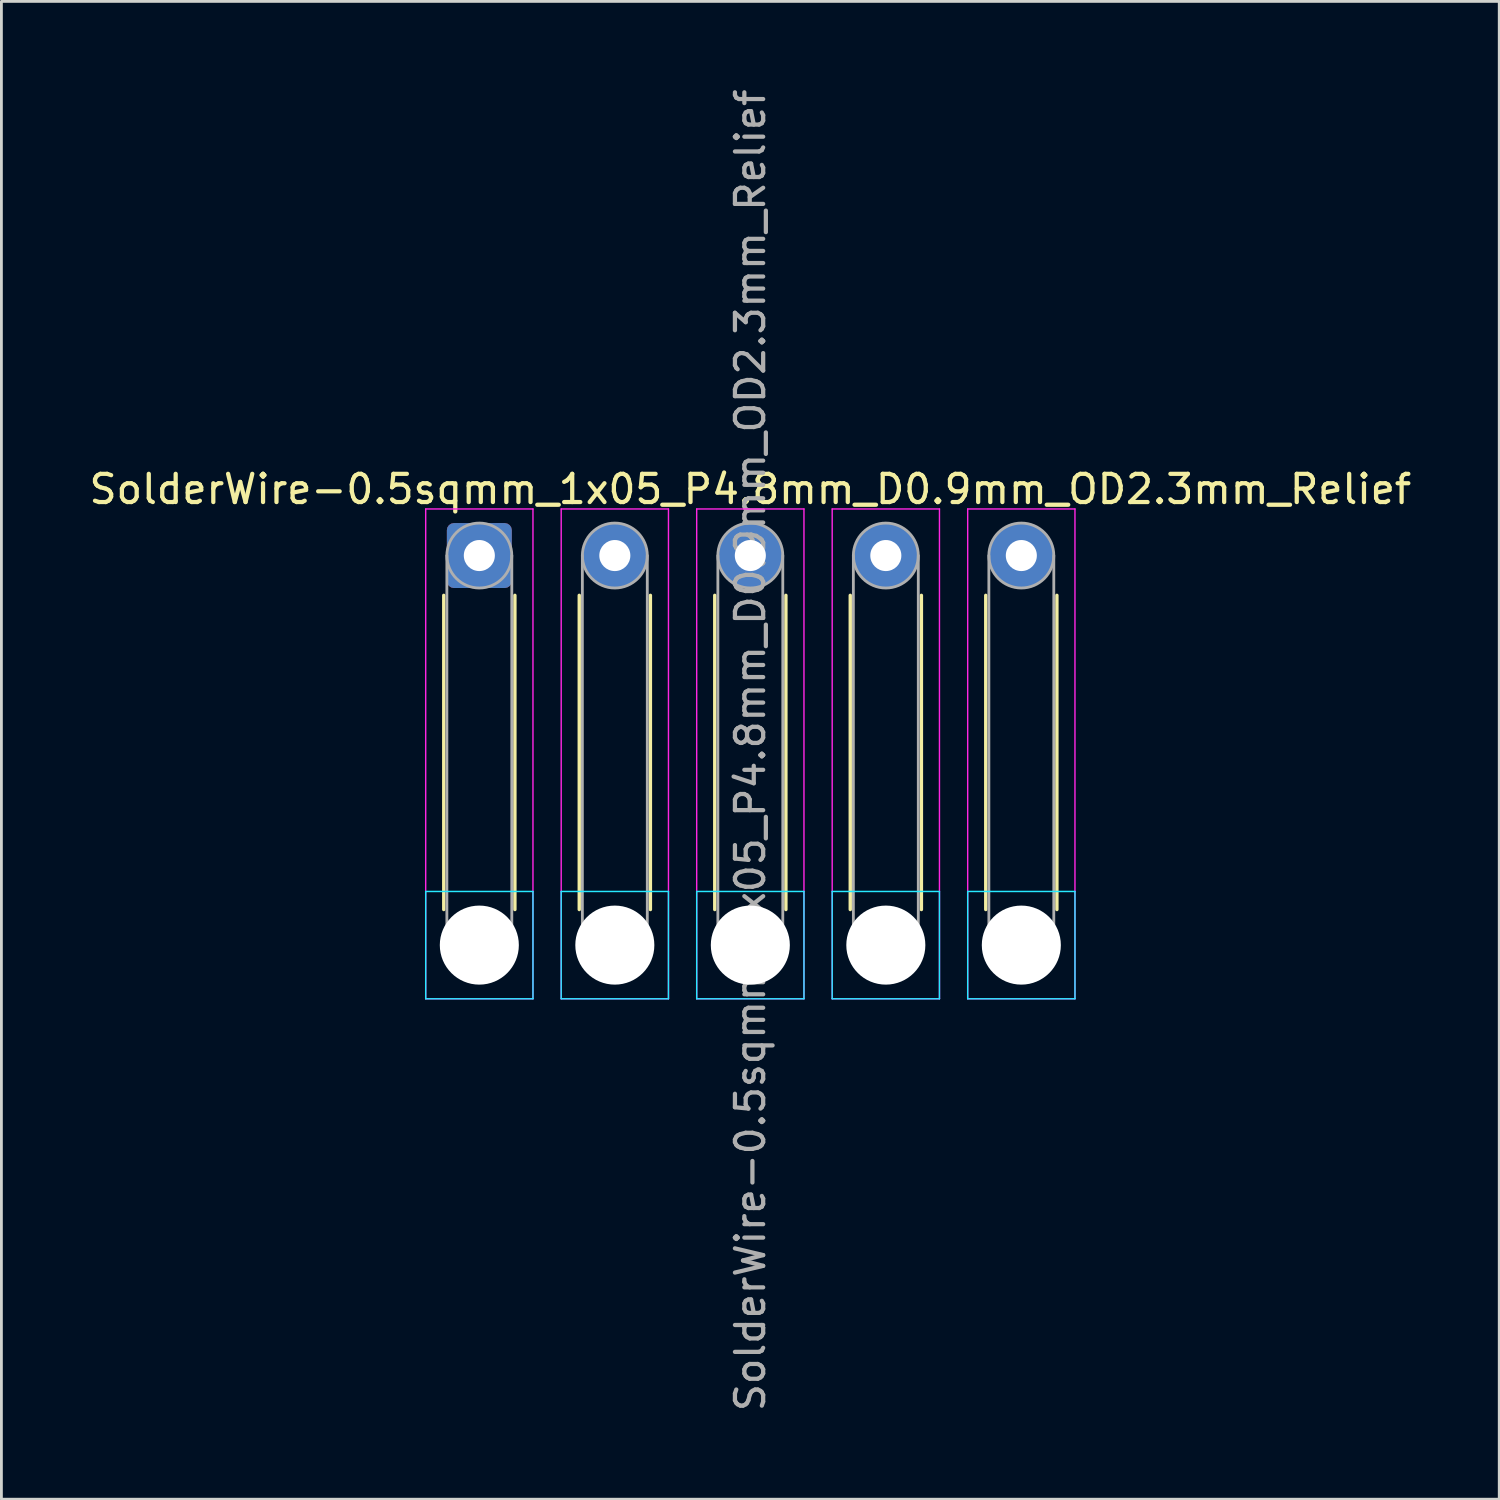
<source format=kicad_pcb>
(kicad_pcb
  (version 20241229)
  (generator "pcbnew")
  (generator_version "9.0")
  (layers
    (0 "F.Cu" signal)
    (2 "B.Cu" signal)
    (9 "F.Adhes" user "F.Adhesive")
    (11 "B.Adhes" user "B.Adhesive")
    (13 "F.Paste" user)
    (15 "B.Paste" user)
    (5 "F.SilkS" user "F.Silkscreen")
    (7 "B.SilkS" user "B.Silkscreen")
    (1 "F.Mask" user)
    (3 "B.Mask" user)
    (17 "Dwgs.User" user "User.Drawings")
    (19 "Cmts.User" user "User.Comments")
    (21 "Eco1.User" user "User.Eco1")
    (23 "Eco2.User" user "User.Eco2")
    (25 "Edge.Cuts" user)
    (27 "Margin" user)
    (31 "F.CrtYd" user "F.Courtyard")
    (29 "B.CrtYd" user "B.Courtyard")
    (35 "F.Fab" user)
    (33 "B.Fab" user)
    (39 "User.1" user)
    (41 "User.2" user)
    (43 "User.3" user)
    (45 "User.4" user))
  (footprint "SolderWire-0.5sqmm_1x05_P4.8mm_D0.9mm_OD2.3mm_Relief"
    (layer "F.Cu")
    (at 13.93 16.63)
    (property "Reference" "SolderWire-0.5sqmm_1x05_P4.8mm_D0.9mm_OD2.3mm_Relief" (at 9.6 -2.35 0) (layer "F.SilkS") (effects (font (size 1 1) (thickness 0.15))))
    (attr exclude_from_pos_files exclude_from_bom)
    (fp_line (start -1.26 1.41) (end -1.26 12.54) (stroke (width 0.12) (type solid)) (layer "F.SilkS"))
    (fp_line (start 1.26 1.41) (end 1.26 12.54) (stroke (width 0.12) (type solid)) (layer "F.SilkS"))
    (fp_line (start 3.54 1.41) (end 3.54 12.54) (stroke (width 0.12) (type solid)) (layer "F.SilkS"))
    (fp_line (start 6.06 1.41) (end 6.06 12.54) (stroke (width 0.12) (type solid)) (layer "F.SilkS"))
    (fp_line (start 8.34 1.41) (end 8.34 12.54) (stroke (width 0.12) (type solid)) (layer "F.SilkS"))
    (fp_line (start 10.86 1.41) (end 10.86 12.54) (stroke (width 0.12) (type solid)) (layer "F.SilkS"))
    (fp_line (start 13.14 1.41) (end 13.14 12.54) (stroke (width 0.12) (type solid)) (layer "F.SilkS"))
    (fp_line (start 15.66 1.41) (end 15.66 12.54) (stroke (width 0.12) (type solid)) (layer "F.SilkS"))
    (fp_line (start 17.94 1.41) (end 17.94 12.54) (stroke (width 0.12) (type solid)) (layer "F.SilkS"))
    (fp_line (start 20.46 1.41) (end 20.46 12.54) (stroke (width 0.12) (type solid)) (layer "F.SilkS"))
    (fp_line (start -1.9 11.9) (end -1.9 15.7) (stroke (width 0.05) (type solid)) (layer "B.CrtYd"))
    (fp_line (start -1.9 15.7) (end 1.9 15.7) (stroke (width 0.05) (type solid)) (layer "B.CrtYd"))
    (fp_line (start 1.9 11.9) (end -1.9 11.9) (stroke (width 0.05) (type solid)) (layer "B.CrtYd"))
    (fp_line (start 1.9 15.7) (end 1.9 11.9) (stroke (width 0.05) (type solid)) (layer "B.CrtYd"))
    (fp_line (start 2.9 11.9) (end 2.9 15.7) (stroke (width 0.05) (type solid)) (layer "B.CrtYd"))
    (fp_line (start 2.9 15.7) (end 6.7 15.7) (stroke (width 0.05) (type solid)) (layer "B.CrtYd"))
    (fp_line (start 6.7 11.9) (end 2.9 11.9) (stroke (width 0.05) (type solid)) (layer "B.CrtYd"))
    (fp_line (start 6.7 15.7) (end 6.7 11.9) (stroke (width 0.05) (type solid)) (layer "B.CrtYd"))
    (fp_line (start 7.7 11.9) (end 7.7 15.7) (stroke (width 0.05) (type solid)) (layer "B.CrtYd"))
    (fp_line (start 7.7 15.7) (end 11.5 15.7) (stroke (width 0.05) (type solid)) (layer "B.CrtYd"))
    (fp_line (start 11.5 11.9) (end 7.7 11.9) (stroke (width 0.05) (type solid)) (layer "B.CrtYd"))
    (fp_line (start 11.5 15.7) (end 11.5 11.9) (stroke (width 0.05) (type solid)) (layer "B.CrtYd"))
    (fp_line (start 12.5 11.9) (end 12.5 15.7) (stroke (width 0.05) (type solid)) (layer "B.CrtYd"))
    (fp_line (start 12.5 15.7) (end 16.3 15.7) (stroke (width 0.05) (type solid)) (layer "B.CrtYd"))
    (fp_line (start 16.3 11.9) (end 12.5 11.9) (stroke (width 0.05) (type solid)) (layer "B.CrtYd"))
    (fp_line (start 16.3 15.7) (end 16.3 11.9) (stroke (width 0.05) (type solid)) (layer "B.CrtYd"))
    (fp_line (start 17.3 11.9) (end 17.3 15.7) (stroke (width 0.05) (type solid)) (layer "B.CrtYd"))
    (fp_line (start 17.3 15.7) (end 21.1 15.7) (stroke (width 0.05) (type solid)) (layer "B.CrtYd"))
    (fp_line (start 21.1 11.9) (end 17.3 11.9) (stroke (width 0.05) (type solid)) (layer "B.CrtYd"))
    (fp_line (start 21.1 15.7) (end 21.1 11.9) (stroke (width 0.05) (type solid)) (layer "B.CrtYd"))
    (fp_line (start -1.9 -1.65) (end -1.9 15.7) (stroke (width 0.05) (type solid)) (layer "F.CrtYd"))
    (fp_line (start -1.9 15.7) (end 1.9 15.7) (stroke (width 0.05) (type solid)) (layer "F.CrtYd"))
    (fp_line (start 1.9 -1.65) (end -1.9 -1.65) (stroke (width 0.05) (type solid)) (layer "F.CrtYd"))
    (fp_line (start 1.9 15.7) (end 1.9 -1.65) (stroke (width 0.05) (type solid)) (layer "F.CrtYd"))
    (fp_line (start 2.9 -1.65) (end 2.9 15.7) (stroke (width 0.05) (type solid)) (layer "F.CrtYd"))
    (fp_line (start 2.9 15.7) (end 6.7 15.7) (stroke (width 0.05) (type solid)) (layer "F.CrtYd"))
    (fp_line (start 6.7 -1.65) (end 2.9 -1.65) (stroke (width 0.05) (type solid)) (layer "F.CrtYd"))
    (fp_line (start 6.7 15.7) (end 6.7 -1.65) (stroke (width 0.05) (type solid)) (layer "F.CrtYd"))
    (fp_line (start 7.7 -1.65) (end 7.7 15.7) (stroke (width 0.05) (type solid)) (layer "F.CrtYd"))
    (fp_line (start 7.7 15.7) (end 11.5 15.7) (stroke (width 0.05) (type solid)) (layer "F.CrtYd"))
    (fp_line (start 11.5 -1.65) (end 7.7 -1.65) (stroke (width 0.05) (type solid)) (layer "F.CrtYd"))
    (fp_line (start 11.5 15.7) (end 11.5 -1.65) (stroke (width 0.05) (type solid)) (layer "F.CrtYd"))
    (fp_line (start 12.5 -1.65) (end 12.5 15.7) (stroke (width 0.05) (type solid)) (layer "F.CrtYd"))
    (fp_line (start 12.5 15.7) (end 16.3 15.7) (stroke (width 0.05) (type solid)) (layer "F.CrtYd"))
    (fp_line (start 16.3 -1.65) (end 12.5 -1.65) (stroke (width 0.05) (type solid)) (layer "F.CrtYd"))
    (fp_line (start 16.3 15.7) (end 16.3 -1.65) (stroke (width 0.05) (type solid)) (layer "F.CrtYd"))
    (fp_line (start 17.3 -1.65) (end 17.3 15.7) (stroke (width 0.05) (type solid)) (layer "F.CrtYd"))
    (fp_line (start 17.3 15.7) (end 21.1 15.7) (stroke (width 0.05) (type solid)) (layer "F.CrtYd"))
    (fp_line (start 21.1 -1.65) (end 17.3 -1.65) (stroke (width 0.05) (type solid)) (layer "F.CrtYd"))
    (fp_line (start 21.1 15.7) (end 21.1 -1.65) (stroke (width 0.05) (type solid)) (layer "F.CrtYd"))
    (fp_line (start -1.15 0) (end -1.15 13.8) (stroke (width 0.1) (type solid)) (layer "F.Fab"))
    (fp_line (start 1.15 0) (end 1.15 13.8) (stroke (width 0.1) (type solid)) (layer "F.Fab"))
    (fp_line (start 3.65 0) (end 3.65 13.8) (stroke (width 0.1) (type solid)) (layer "F.Fab"))
    (fp_line (start 5.95 0) (end 5.95 13.8) (stroke (width 0.1) (type solid)) (layer "F.Fab"))
    (fp_line (start 8.45 0) (end 8.45 13.8) (stroke (width 0.1) (type solid)) (layer "F.Fab"))
    (fp_line (start 10.75 0) (end 10.75 13.8) (stroke (width 0.1) (type solid)) (layer "F.Fab"))
    (fp_line (start 13.25 0) (end 13.25 13.8) (stroke (width 0.1) (type solid)) (layer "F.Fab"))
    (fp_line (start 15.55 0) (end 15.55 13.8) (stroke (width 0.1) (type solid)) (layer "F.Fab"))
    (fp_line (start 18.05 0) (end 18.05 13.8) (stroke (width 0.1) (type solid)) (layer "F.Fab"))
    (fp_line (start 20.35 0) (end 20.35 13.8) (stroke (width 0.1) (type solid)) (layer "F.Fab"))
    (fp_circle (center 0 0) (end 1.15 0) (stroke (width 0.1) (type solid)) (fill no) (layer "F.Fab"))
    (fp_circle (center 0 13.8) (end 1.15 13.8) (stroke (width 0.1) (type solid)) (fill no) (layer "F.Fab"))
    (fp_circle (center 4.8 0) (end 5.95 0) (stroke (width 0.1) (type solid)) (fill no) (layer "F.Fab"))
    (fp_circle (center 4.8 13.8) (end 5.95 13.8) (stroke (width 0.1) (type solid)) (fill no) (layer "F.Fab"))
    (fp_circle (center 9.6 0) (end 10.75 0) (stroke (width 0.1) (type solid)) (fill no) (layer "F.Fab"))
    (fp_circle (center 9.6 13.8) (end 10.75 13.8) (stroke (width 0.1) (type solid)) (fill no) (layer "F.Fab"))
    (fp_circle (center 14.4 0) (end 15.55 0) (stroke (width 0.1) (type solid)) (fill no) (layer "F.Fab"))
    (fp_circle (center 14.4 13.8) (end 15.55 13.8) (stroke (width 0.1) (type solid)) (fill no) (layer "F.Fab"))
    (fp_circle (center 19.2 0) (end 20.35 0) (stroke (width 0.1) (type solid)) (fill no) (layer "F.Fab"))
    (fp_circle (center 19.2 13.8) (end 20.35 13.8) (stroke (width 0.1) (type solid)) (fill no) (layer "F.Fab"))
    (fp_text user "${REFERENCE}" (at 9.6 6.9 90) (layer "F.Fab") (effects (font (size 1 1) (thickness 0.15))))
    (pad "" np_thru_hole circle (at 0 13.8) (size 2.8 2.8) (drill 2.8) (layers "*.Cu" "*.Mask"))
    (pad "" np_thru_hole circle (at 4.8 13.8) (size 2.8 2.8) (drill 2.8) (layers "*.Cu" "*.Mask"))
    (pad "" np_thru_hole circle (at 9.6 13.8) (size 2.8 2.8) (drill 2.8) (layers "*.Cu" "*.Mask"))
    (pad "" np_thru_hole circle (at 14.4 13.8) (size 2.8 2.8) (drill 2.8) (layers "*.Cu" "*.Mask"))
    (pad "" np_thru_hole circle (at 19.2 13.8) (size 2.8 2.8) (drill 2.8) (layers "*.Cu" "*.Mask"))
    (pad "1" thru_hole roundrect (at 0 0) (size 2.3 2.3) (drill 1.1) (layers "*.Cu" "*.Mask") (roundrect_rratio 0.109))
    (pad "2" thru_hole circle (at 4.8 0) (size 2.3 2.3) (drill 1.1) (layers "*.Cu" "*.Mask"))
    (pad "3" thru_hole circle (at 9.6 0) (size 2.3 2.3) (drill 1.1) (layers "*.Cu" "*.Mask"))
    (pad "4" thru_hole circle (at 14.4 0) (size 2.3 2.3) (drill 1.1) (layers "*.Cu" "*.Mask"))
    (pad "5" thru_hole circle (at 19.2 0) (size 2.3 2.3) (drill 1.1) (layers "*.Cu" "*.Mask")))
  (gr_rect
    (start -3 -3)
    (end 50.06 50.06)
    (stroke (width 0.1) (type default))
    (fill no)
    (layer "Edge.Cuts")))
</source>
